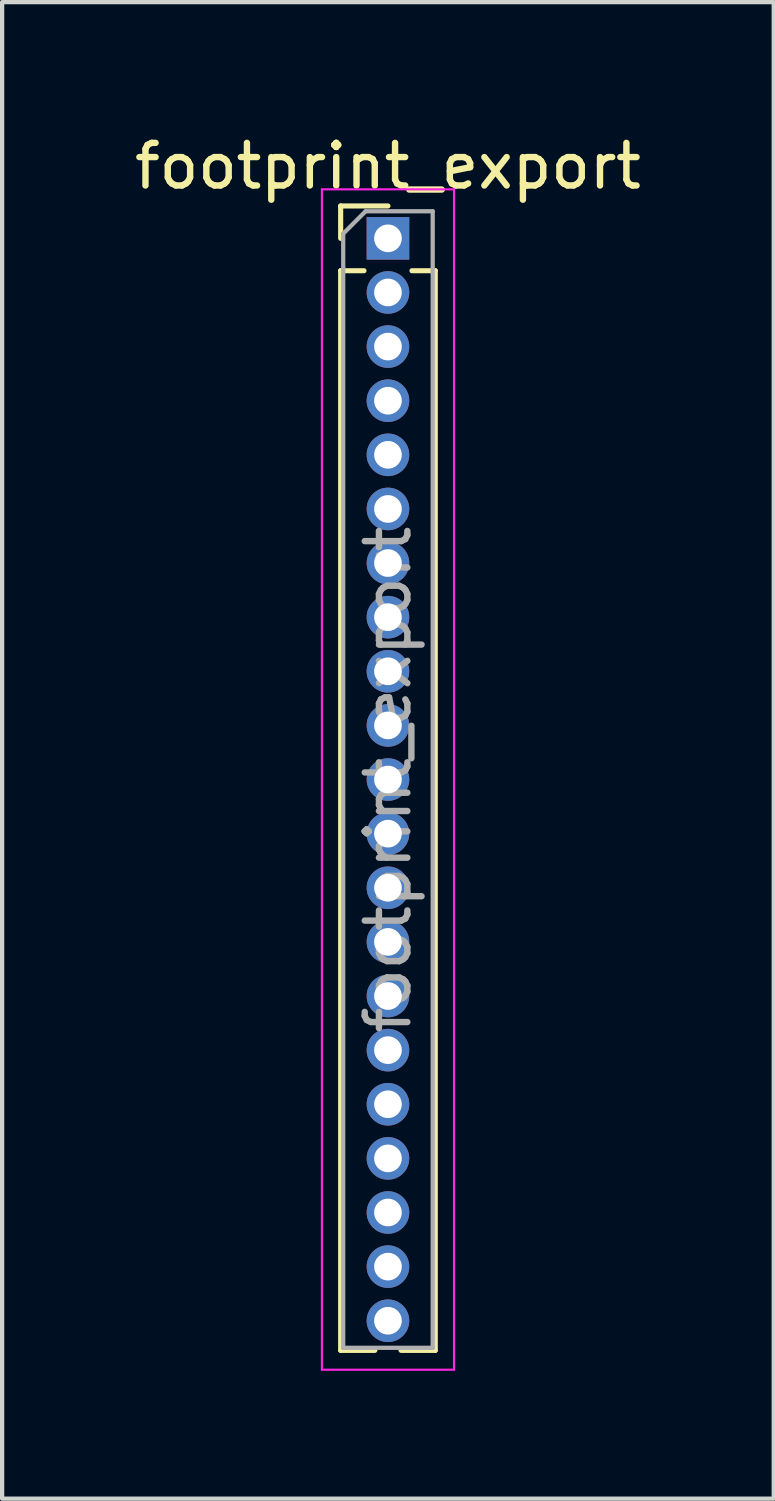
<source format=kicad_pcb>
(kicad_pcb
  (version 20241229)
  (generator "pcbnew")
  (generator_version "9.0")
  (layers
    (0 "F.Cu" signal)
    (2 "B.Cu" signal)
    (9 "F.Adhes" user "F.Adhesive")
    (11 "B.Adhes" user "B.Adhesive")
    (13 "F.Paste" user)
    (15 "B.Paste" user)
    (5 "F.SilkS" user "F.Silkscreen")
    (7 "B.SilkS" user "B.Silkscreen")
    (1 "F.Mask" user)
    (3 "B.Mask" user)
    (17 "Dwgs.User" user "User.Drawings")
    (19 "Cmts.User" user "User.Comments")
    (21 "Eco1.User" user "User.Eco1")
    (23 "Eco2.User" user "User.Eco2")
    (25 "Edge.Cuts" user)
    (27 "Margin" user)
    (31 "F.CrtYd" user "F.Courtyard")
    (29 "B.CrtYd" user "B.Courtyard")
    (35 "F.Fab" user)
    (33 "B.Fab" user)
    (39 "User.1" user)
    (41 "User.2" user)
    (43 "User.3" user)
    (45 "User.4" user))
  (footprint "footprint_export"
    (layer "F.Cu")
    (at 6.054 2.543)
    (property "Reference" "footprint_export" (at 0 -1.695 0) (layer "F.SilkS") (effects (font (size 1 1) (thickness 0.15))))
    (attr through_hole)
    (fp_line (start -1.11 -0.76) (end 0 -0.76) (stroke (width 0.12) (type solid)) (layer "F.SilkS"))
    (fp_line (start -1.11 0) (end -1.11 -0.76) (stroke (width 0.12) (type solid)) (layer "F.SilkS"))
    (fp_line (start -1.11 0.76) (end -1.11 26.095) (stroke (width 0.12) (type solid)) (layer "F.SilkS"))
    (fp_line (start -1.11 0.76) (end -0.563 0.76) (stroke (width 0.12) (type solid)) (layer "F.SilkS"))
    (fp_line (start -1.11 26.095) (end -0.308 26.095) (stroke (width 0.12) (type solid)) (layer "F.SilkS"))
    (fp_line (start 0.308 26.095) (end 1.11 26.095) (stroke (width 0.12) (type solid)) (layer "F.SilkS"))
    (fp_line (start 0.563 0.76) (end 1.11 0.76) (stroke (width 0.12) (type solid)) (layer "F.SilkS"))
    (fp_line (start 1.11 0.76) (end 1.11 26.095) (stroke (width 0.12) (type solid)) (layer "F.SilkS"))
    (fp_line (start -1.55 -1.15) (end -1.55 26.55) (stroke (width 0.05) (type solid)) (layer "F.CrtYd"))
    (fp_line (start -1.55 26.55) (end 1.55 26.55) (stroke (width 0.05) (type solid)) (layer "F.CrtYd"))
    (fp_line (start 1.55 -1.15) (end -1.55 -1.15) (stroke (width 0.05) (type solid)) (layer "F.CrtYd"))
    (fp_line (start 1.55 26.55) (end 1.55 -1.15) (stroke (width 0.05) (type solid)) (layer "F.CrtYd"))
    (fp_line (start -1.05 -0.11) (end -0.525 -0.635) (stroke (width 0.1) (type solid)) (layer "F.Fab"))
    (fp_line (start -1.05 26.035) (end -1.05 -0.11) (stroke (width 0.1) (type solid)) (layer "F.Fab"))
    (fp_line (start -0.525 -0.635) (end 1.05 -0.635) (stroke (width 0.1) (type solid)) (layer "F.Fab"))
    (fp_line (start 1.05 -0.635) (end 1.05 26.035) (stroke (width 0.1) (type solid)) (layer "F.Fab"))
    (fp_line (start 1.05 26.035) (end -1.05 26.035) (stroke (width 0.1) (type solid)) (layer "F.Fab"))
    (fp_text user "${REFERENCE}" (at 0 12.7 90) (layer "F.Fab") (effects (font (size 1 1) (thickness 0.15))))
    (pad "1" thru_hole rect (at 0 0) (size 1 1) (drill 0.65) (layers "*.Cu" "*.Mask"))
    (pad "2" thru_hole oval (at 0 1.27) (size 1 1) (drill 0.65) (layers "*.Cu" "*.Mask"))
    (pad "3" thru_hole oval (at 0 2.54) (size 1 1) (drill 0.65) (layers "*.Cu" "*.Mask"))
    (pad "4" thru_hole oval (at 0 3.81) (size 1 1) (drill 0.65) (layers "*.Cu" "*.Mask"))
    (pad "5" thru_hole oval (at 0 5.08) (size 1 1) (drill 0.65) (layers "*.Cu" "*.Mask"))
    (pad "6" thru_hole oval (at 0 6.35) (size 1 1) (drill 0.65) (layers "*.Cu" "*.Mask"))
    (pad "7" thru_hole oval (at 0 7.62) (size 1 1) (drill 0.65) (layers "*.Cu" "*.Mask"))
    (pad "8" thru_hole oval (at 0 8.89) (size 1 1) (drill 0.65) (layers "*.Cu" "*.Mask"))
    (pad "9" thru_hole oval (at 0 10.16) (size 1 1) (drill 0.65) (layers "*.Cu" "*.Mask"))
    (pad "10" thru_hole oval (at 0 11.43) (size 1 1) (drill 0.65) (layers "*.Cu" "*.Mask"))
    (pad "11" thru_hole oval (at 0 12.7) (size 1 1) (drill 0.65) (layers "*.Cu" "*.Mask"))
    (pad "12" thru_hole oval (at 0 13.97) (size 1 1) (drill 0.65) (layers "*.Cu" "*.Mask"))
    (pad "13" thru_hole oval (at 0 15.24) (size 1 1) (drill 0.65) (layers "*.Cu" "*.Mask"))
    (pad "14" thru_hole oval (at 0 16.51) (size 1 1) (drill 0.65) (layers "*.Cu" "*.Mask"))
    (pad "15" thru_hole oval (at 0 17.78) (size 1 1) (drill 0.65) (layers "*.Cu" "*.Mask"))
    (pad "16" thru_hole oval (at 0 19.05) (size 1 1) (drill 0.65) (layers "*.Cu" "*.Mask"))
    (pad "17" thru_hole oval (at 0 20.32) (size 1 1) (drill 0.65) (layers "*.Cu" "*.Mask"))
    (pad "18" thru_hole oval (at 0 21.59) (size 1 1) (drill 0.65) (layers "*.Cu" "*.Mask"))
    (pad "19" thru_hole oval (at 0 22.86) (size 1 1) (drill 0.65) (layers "*.Cu" "*.Mask"))
    (pad "20" thru_hole oval (at 0 24.13) (size 1 1) (drill 0.65) (layers "*.Cu" "*.Mask"))
    (pad "21" thru_hole oval (at 0 25.4) (size 1 1) (drill 0.65) (layers "*.Cu" "*.Mask")))
  (gr_rect
    (start -3 -3)
    (end 15.107 32.118)
    (stroke (width 0.1) (type default))
    (fill no)
    (layer "Edge.Cuts")))
</source>
